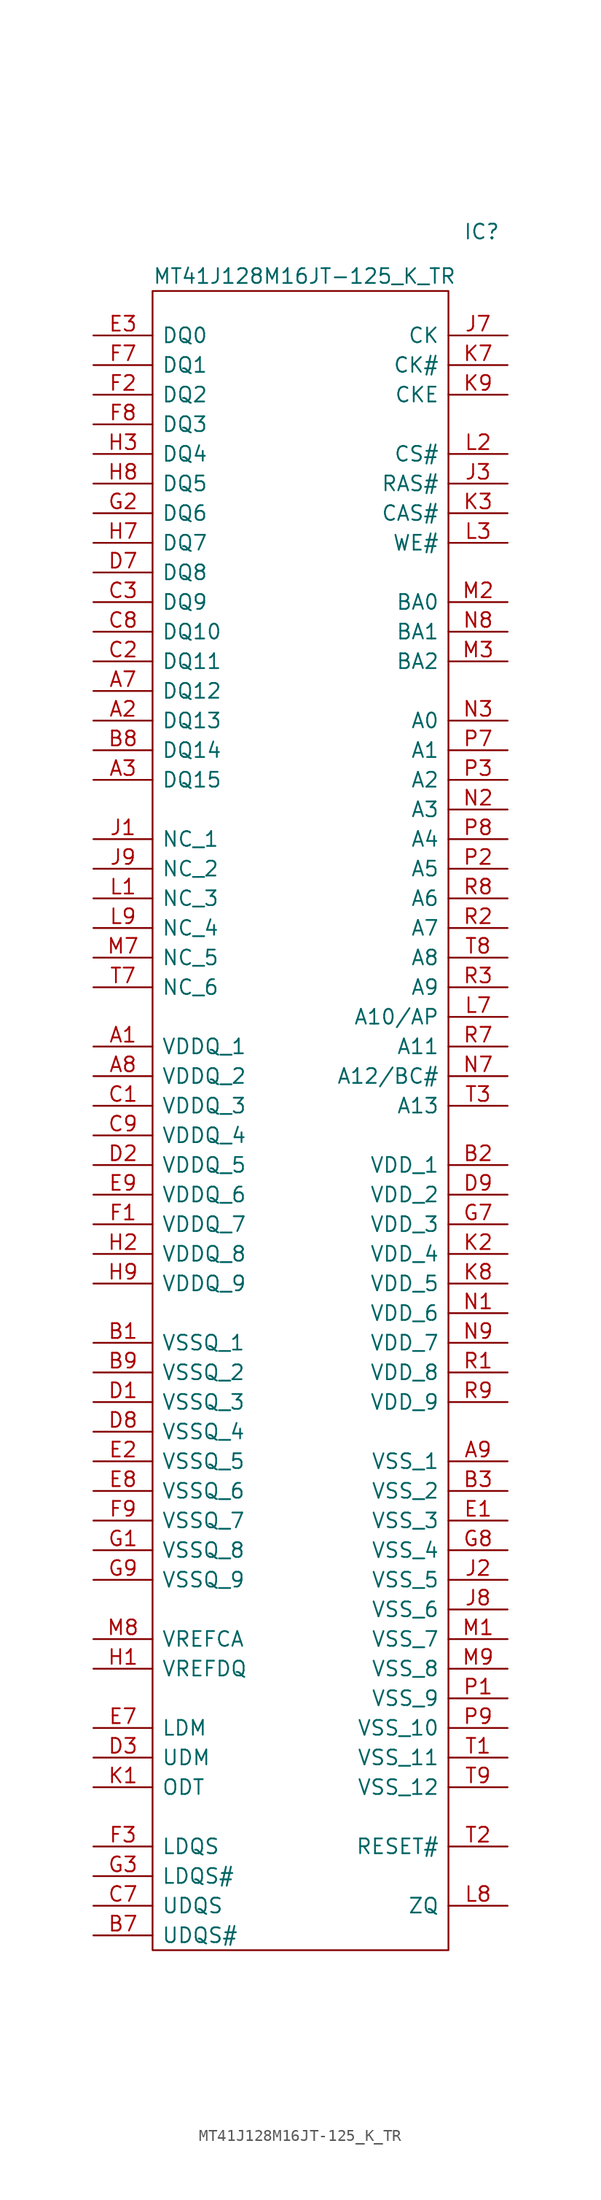
<source format=kicad_sym>
(kicad_symbol_lib
  (version 20211014)
  (generator kicad_symbol_editor)
  (symbol "MT41J128M16JT-125_K_TR"
    (pin_names
      (offset 0.762))
    (property "Reference" "IC"
      (at 31.75 7.62 0)
      (effects (font (size 1.27 1.27)) (justify left)))
    (property "Value" "MT41J128M16JT-125_K_TR"
      (at 5.08 3.81 0)
      (effects (font (size 1.27 1.27)) (justify left)))
    (symbol "MT41J128M16JT-125_K_TR_0_0"
      (pin passive line (at 0 -62.23 0) (length 5.08) (name "VDDQ_1" (effects (font (size 1.27 1.27)))) (number "A1" (effects (font (size 1.27 1.27)))))
      (pin passive line (at 0 -34.29 0) (length 5.08) (name "DQ13" (effects (font (size 1.27 1.27)))) (number "A2" (effects (font (size 1.27 1.27)))))
      (pin passive line (at 0 -39.37 0) (length 5.08) (name "DQ15" (effects (font (size 1.27 1.27)))) (number "A3" (effects (font (size 1.27 1.27)))))
      (pin passive line (at 0 -31.75 0) (length 5.08) (name "DQ12" (effects (font (size 1.27 1.27)))) (number "A7" (effects (font (size 1.27 1.27)))))
      (pin passive line (at 0 -64.77 0) (length 5.08) (name "VDDQ_2" (effects (font (size 1.27 1.27)))) (number "A8" (effects (font (size 1.27 1.27)))))
      (pin passive line (at 35.56 -97.79 180) (length 5.08) (name "VSS_1" (effects (font (size 1.27 1.27)))) (number "A9" (effects (font (size 1.27 1.27)))))
      (pin passive line (at 0 -87.63 0) (length 5.08) (name "VSSQ_1" (effects (font (size 1.27 1.27)))) (number "B1" (effects (font (size 1.27 1.27)))))
      (pin passive line (at 35.56 -72.39 180) (length 5.08) (name "VDD_1" (effects (font (size 1.27 1.27)))) (number "B2" (effects (font (size 1.27 1.27)))))
      (pin passive line (at 35.56 -100.33 180) (length 5.08) (name "VSS_2" (effects (font (size 1.27 1.27)))) (number "B3" (effects (font (size 1.27 1.27)))))
      (pin passive line (at 0 -138.43 0) (length 5.08) (name "UDQS#" (effects (font (size 1.27 1.27)))) (number "B7" (effects (font (size 1.27 1.27)))))
      (pin passive line (at 0 -36.83 0) (length 5.08) (name "DQ14" (effects (font (size 1.27 1.27)))) (number "B8" (effects (font (size 1.27 1.27)))))
      (pin passive line (at 0 -90.17 0) (length 5.08) (name "VSSQ_2" (effects (font (size 1.27 1.27)))) (number "B9" (effects (font (size 1.27 1.27)))))
      (pin passive line (at 0 -67.31 0) (length 5.08) (name "VDDQ_3" (effects (font (size 1.27 1.27)))) (number "C1" (effects (font (size 1.27 1.27)))))
      (pin passive line (at 0 -29.21 0) (length 5.08) (name "DQ11" (effects (font (size 1.27 1.27)))) (number "C2" (effects (font (size 1.27 1.27)))))
      (pin passive line (at 0 -24.13 0) (length 5.08) (name "DQ9" (effects (font (size 1.27 1.27)))) (number "C3" (effects (font (size 1.27 1.27)))))
      (pin passive line (at 0 -135.89 0) (length 5.08) (name "UDQS" (effects (font (size 1.27 1.27)))) (number "C7" (effects (font (size 1.27 1.27)))))
      (pin passive line (at 0 -26.67 0) (length 5.08) (name "DQ10" (effects (font (size 1.27 1.27)))) (number "C8" (effects (font (size 1.27 1.27)))))
      (pin passive line (at 0 -69.85 0) (length 5.08) (name "VDDQ_4" (effects (font (size 1.27 1.27)))) (number "C9" (effects (font (size 1.27 1.27)))))
      (pin passive line (at 0 -92.71 0) (length 5.08) (name "VSSQ_3" (effects (font (size 1.27 1.27)))) (number "D1" (effects (font (size 1.27 1.27)))))
      (pin passive line (at 0 -72.39 0) (length 5.08) (name "VDDQ_5" (effects (font (size 1.27 1.27)))) (number "D2" (effects (font (size 1.27 1.27)))))
      (pin passive line (at 0 -123.19 0) (length 5.08) (name "UDM" (effects (font (size 1.27 1.27)))) (number "D3" (effects (font (size 1.27 1.27)))))
      (pin passive line (at 0 -21.59 0) (length 5.08) (name "DQ8" (effects (font (size 1.27 1.27)))) (number "D7" (effects (font (size 1.27 1.27)))))
      (pin passive line (at 0 -95.25 0) (length 5.08) (name "VSSQ_4" (effects (font (size 1.27 1.27)))) (number "D8" (effects (font (size 1.27 1.27)))))
      (pin passive line (at 35.56 -74.93 180) (length 5.08) (name "VDD_2" (effects (font (size 1.27 1.27)))) (number "D9" (effects (font (size 1.27 1.27)))))
      (pin passive line (at 35.56 -102.87 180) (length 5.08) (name "VSS_3" (effects (font (size 1.27 1.27)))) (number "E1" (effects (font (size 1.27 1.27)))))
      (pin passive line (at 0 -97.79 0) (length 5.08) (name "VSSQ_5" (effects (font (size 1.27 1.27)))) (number "E2" (effects (font (size 1.27 1.27)))))
      (pin passive line (at 0 -1.27 0) (length 5.08) (name "DQ0" (effects (font (size 1.27 1.27)))) (number "E3" (effects (font (size 1.27 1.27)))))
      (pin passive line (at 0 -120.65 0) (length 5.08) (name "LDM" (effects (font (size 1.27 1.27)))) (number "E7" (effects (font (size 1.27 1.27)))))
      (pin passive line (at 0 -100.33 0) (length 5.08) (name "VSSQ_6" (effects (font (size 1.27 1.27)))) (number "E8" (effects (font (size 1.27 1.27)))))
      (pin passive line (at 0 -74.93 0) (length 5.08) (name "VDDQ_6" (effects (font (size 1.27 1.27)))) (number "E9" (effects (font (size 1.27 1.27)))))
      (pin passive line (at 0 -77.47 0) (length 5.08) (name "VDDQ_7" (effects (font (size 1.27 1.27)))) (number "F1" (effects (font (size 1.27 1.27)))))
      (pin passive line (at 0 -6.35 0) (length 5.08) (name "DQ2" (effects (font (size 1.27 1.27)))) (number "F2" (effects (font (size 1.27 1.27)))))
      (pin passive line (at 0 -130.81 0) (length 5.08) (name "LDQS" (effects (font (size 1.27 1.27)))) (number "F3" (effects (font (size 1.27 1.27)))))
      (pin passive line (at 0 -3.81 0) (length 5.08) (name "DQ1" (effects (font (size 1.27 1.27)))) (number "F7" (effects (font (size 1.27 1.27)))))
      (pin passive line (at 0 -8.89 0) (length 5.08) (name "DQ3" (effects (font (size 1.27 1.27)))) (number "F8" (effects (font (size 1.27 1.27)))))
      (pin passive line (at 0 -102.87 0) (length 5.08) (name "VSSQ_7" (effects (font (size 1.27 1.27)))) (number "F9" (effects (font (size 1.27 1.27)))))
      (pin passive line (at 0 -105.41 0) (length 5.08) (name "VSSQ_8" (effects (font (size 1.27 1.27)))) (number "G1" (effects (font (size 1.27 1.27)))))
      (pin passive line (at 0 -16.51 0) (length 5.08) (name "DQ6" (effects (font (size 1.27 1.27)))) (number "G2" (effects (font (size 1.27 1.27)))))
      (pin passive line (at 0 -133.35 0) (length 5.08) (name "LDQS#" (effects (font (size 1.27 1.27)))) (number "G3" (effects (font (size 1.27 1.27)))))
      (pin passive line (at 35.56 -77.47 180) (length 5.08) (name "VDD_3" (effects (font (size 1.27 1.27)))) (number "G7" (effects (font (size 1.27 1.27)))))
      (pin passive line (at 35.56 -105.41 180) (length 5.08) (name "VSS_4" (effects (font (size 1.27 1.27)))) (number "G8" (effects (font (size 1.27 1.27)))))
      (pin passive line (at 0 -107.95 0) (length 5.08) (name "VSSQ_9" (effects (font (size 1.27 1.27)))) (number "G9" (effects (font (size 1.27 1.27)))))
      (pin passive line (at 0 -115.57 0) (length 5.08) (name "VREFDQ" (effects (font (size 1.27 1.27)))) (number "H1" (effects (font (size 1.27 1.27)))))
      (pin passive line (at 0 -80.01 0) (length 5.08) (name "VDDQ_8" (effects (font (size 1.27 1.27)))) (number "H2" (effects (font (size 1.27 1.27)))))
      (pin passive line (at 0 -11.43 0) (length 5.08) (name "DQ4" (effects (font (size 1.27 1.27)))) (number "H3" (effects (font (size 1.27 1.27)))))
      (pin passive line (at 0 -19.05 0) (length 5.08) (name "DQ7" (effects (font (size 1.27 1.27)))) (number "H7" (effects (font (size 1.27 1.27)))))
      (pin passive line (at 0 -13.97 0) (length 5.08) (name "DQ5" (effects (font (size 1.27 1.27)))) (number "H8" (effects (font (size 1.27 1.27)))))
      (pin passive line (at 0 -82.55 0) (length 5.08) (name "VDDQ_9" (effects (font (size 1.27 1.27)))) (number "H9" (effects (font (size 1.27 1.27)))))
      (pin passive line (at 0 -44.45 0) (length 5.08) (name "NC_1" (effects (font (size 1.27 1.27)))) (number "J1" (effects (font (size 1.27 1.27)))))
      (pin passive line (at 35.56 -107.95 180) (length 5.08) (name "VSS_5" (effects (font (size 1.27 1.27)))) (number "J2" (effects (font (size 1.27 1.27)))))
      (pin passive line (at 35.56 -13.97 180) (length 5.08) (name "RAS#" (effects (font (size 1.27 1.27)))) (number "J3" (effects (font (size 1.27 1.27)))))
      (pin passive line (at 35.56 -1.27 180) (length 5.08) (name "CK" (effects (font (size 1.27 1.27)))) (number "J7" (effects (font (size 1.27 1.27)))))
      (pin passive line (at 35.56 -110.49 180) (length 5.08) (name "VSS_6" (effects (font (size 1.27 1.27)))) (number "J8" (effects (font (size 1.27 1.27)))))
      (pin passive line (at 0 -46.99 0) (length 5.08) (name "NC_2" (effects (font (size 1.27 1.27)))) (number "J9" (effects (font (size 1.27 1.27)))))
      (pin passive line (at 0 -125.73 0) (length 5.08) (name "ODT" (effects (font (size 1.27 1.27)))) (number "K1" (effects (font (size 1.27 1.27)))))
      (pin passive line (at 35.56 -80.01 180) (length 5.08) (name "VDD_4" (effects (font (size 1.27 1.27)))) (number "K2" (effects (font (size 1.27 1.27)))))
      (pin passive line (at 35.56 -16.51 180) (length 5.08) (name "CAS#" (effects (font (size 1.27 1.27)))) (number "K3" (effects (font (size 1.27 1.27)))))
      (pin passive line (at 35.56 -3.81 180) (length 5.08) (name "CK#" (effects (font (size 1.27 1.27)))) (number "K7" (effects (font (size 1.27 1.27)))))
      (pin passive line (at 35.56 -82.55 180) (length 5.08) (name "VDD_5" (effects (font (size 1.27 1.27)))) (number "K8" (effects (font (size 1.27 1.27)))))
      (pin passive line (at 35.56 -6.35 180) (length 5.08) (name "CKE" (effects (font (size 1.27 1.27)))) (number "K9" (effects (font (size 1.27 1.27)))))
      (pin passive line (at 0 -49.53 0) (length 5.08) (name "NC_3" (effects (font (size 1.27 1.27)))) (number "L1" (effects (font (size 1.27 1.27)))))
      (pin passive line (at 35.56 -11.43 180) (length 5.08) (name "CS#" (effects (font (size 1.27 1.27)))) (number "L2" (effects (font (size 1.27 1.27)))))
      (pin passive line (at 35.56 -19.05 180) (length 5.08) (name "WE#" (effects (font (size 1.27 1.27)))) (number "L3" (effects (font (size 1.27 1.27)))))
      (pin passive line (at 35.56 -59.69 180) (length 5.08) (name "A10/AP" (effects (font (size 1.27 1.27)))) (number "L7" (effects (font (size 1.27 1.27)))))
      (pin passive line (at 35.56 -135.89 180) (length 5.08) (name "ZQ" (effects (font (size 1.27 1.27)))) (number "L8" (effects (font (size 1.27 1.27)))))
      (pin passive line (at 0 -52.07 0) (length 5.08) (name "NC_4" (effects (font (size 1.27 1.27)))) (number "L9" (effects (font (size 1.27 1.27)))))
      (pin passive line (at 35.56 -113.03 180) (length 5.08) (name "VSS_7" (effects (font (size 1.27 1.27)))) (number "M1" (effects (font (size 1.27 1.27)))))
      (pin passive line (at 35.56 -24.13 180) (length 5.08) (name "BA0" (effects (font (size 1.27 1.27)))) (number "M2" (effects (font (size 1.27 1.27)))))
      (pin passive line (at 35.56 -29.21 180) (length 5.08) (name "BA2" (effects (font (size 1.27 1.27)))) (number "M3" (effects (font (size 1.27 1.27)))))
      (pin passive line (at 0 -54.61 0) (length 5.08) (name "NC_5" (effects (font (size 1.27 1.27)))) (number "M7" (effects (font (size 1.27 1.27)))))
      (pin passive line (at 0 -113.03 0) (length 5.08) (name "VREFCA" (effects (font (size 1.27 1.27)))) (number "M8" (effects (font (size 1.27 1.27)))))
      (pin passive line (at 35.56 -115.57 180) (length 5.08) (name "VSS_8" (effects (font (size 1.27 1.27)))) (number "M9" (effects (font (size 1.27 1.27)))))
      (pin passive line (at 35.56 -85.09 180) (length 5.08) (name "VDD_6" (effects (font (size 1.27 1.27)))) (number "N1" (effects (font (size 1.27 1.27)))))
      (pin passive line (at 35.56 -41.91 180) (length 5.08) (name "A3" (effects (font (size 1.27 1.27)))) (number "N2" (effects (font (size 1.27 1.27)))))
      (pin passive line (at 35.56 -34.29 180) (length 5.08) (name "A0" (effects (font (size 1.27 1.27)))) (number "N3" (effects (font (size 1.27 1.27)))))
      (pin passive line (at 35.56 -64.77 180) (length 5.08) (name "A12/BC#" (effects (font (size 1.27 1.27)))) (number "N7" (effects (font (size 1.27 1.27)))))
      (pin passive line (at 35.56 -26.67 180) (length 5.08) (name "BA1" (effects (font (size 1.27 1.27)))) (number "N8" (effects (font (size 1.27 1.27)))))
      (pin passive line (at 35.56 -87.63 180) (length 5.08) (name "VDD_7" (effects (font (size 1.27 1.27)))) (number "N9" (effects (font (size 1.27 1.27)))))
      (pin passive line (at 35.56 -118.11 180) (length 5.08) (name "VSS_9" (effects (font (size 1.27 1.27)))) (number "P1" (effects (font (size 1.27 1.27)))))
      (pin passive line (at 35.56 -46.99 180) (length 5.08) (name "A5" (effects (font (size 1.27 1.27)))) (number "P2" (effects (font (size 1.27 1.27)))))
      (pin passive line (at 35.56 -39.37 180) (length 5.08) (name "A2" (effects (font (size 1.27 1.27)))) (number "P3" (effects (font (size 1.27 1.27)))))
      (pin passive line (at 35.56 -36.83 180) (length 5.08) (name "A1" (effects (font (size 1.27 1.27)))) (number "P7" (effects (font (size 1.27 1.27)))))
      (pin passive line (at 35.56 -44.45 180) (length 5.08) (name "A4" (effects (font (size 1.27 1.27)))) (number "P8" (effects (font (size 1.27 1.27)))))
      (pin passive line (at 35.56 -120.65 180) (length 5.08) (name "VSS_10" (effects (font (size 1.27 1.27)))) (number "P9" (effects (font (size 1.27 1.27)))))
      (pin passive line (at 35.56 -90.17 180) (length 5.08) (name "VDD_8" (effects (font (size 1.27 1.27)))) (number "R1" (effects (font (size 1.27 1.27)))))
      (pin passive line (at 35.56 -52.07 180) (length 5.08) (name "A7" (effects (font (size 1.27 1.27)))) (number "R2" (effects (font (size 1.27 1.27)))))
      (pin passive line (at 35.56 -57.15 180) (length 5.08) (name "A9" (effects (font (size 1.27 1.27)))) (number "R3" (effects (font (size 1.27 1.27)))))
      (pin passive line (at 35.56 -62.23 180) (length 5.08) (name "A11" (effects (font (size 1.27 1.27)))) (number "R7" (effects (font (size 1.27 1.27)))))
      (pin passive line (at 35.56 -49.53 180) (length 5.08) (name "A6" (effects (font (size 1.27 1.27)))) (number "R8" (effects (font (size 1.27 1.27)))))
      (pin passive line (at 35.56 -92.71 180) (length 5.08) (name "VDD_9" (effects (font (size 1.27 1.27)))) (number "R9" (effects (font (size 1.27 1.27)))))
      (pin passive line (at 35.56 -123.19 180) (length 5.08) (name "VSS_11" (effects (font (size 1.27 1.27)))) (number "T1" (effects (font (size 1.27 1.27)))))
      (pin passive line (at 35.56 -130.81 180) (length 5.08) (name "RESET#" (effects (font (size 1.27 1.27)))) (number "T2" (effects (font (size 1.27 1.27)))))
      (pin passive line (at 35.56 -67.31 180) (length 5.08) (name "A13" (effects (font (size 1.27 1.27)))) (number "T3" (effects (font (size 1.27 1.27)))))
      (pin passive line (at 0 -57.15 0) (length 5.08) (name "NC_6" (effects (font (size 1.27 1.27)))) (number "T7" (effects (font (size 1.27 1.27)))))
      (pin passive line (at 35.56 -54.61 180) (length 5.08) (name "A8" (effects (font (size 1.27 1.27)))) (number "T8" (effects (font (size 1.27 1.27)))))
      (pin passive line (at 35.56 -125.73 180) (length 5.08) (name "VSS_12" (effects (font (size 1.27 1.27)))) (number "T9" (effects (font (size 1.27 1.27))))))
    (symbol "MT41J128M16JT-125_K_TR_0_1"
      (polyline (pts (xy 5.08 2.54) (xy 30.48 2.54) (xy 30.48 -139.7) (xy 5.08 -139.7) (xy 5.08 2.54)) (stroke (width 0.152) (type default) (color 0 0 0 0)) (fill (type none))))))
</source>
